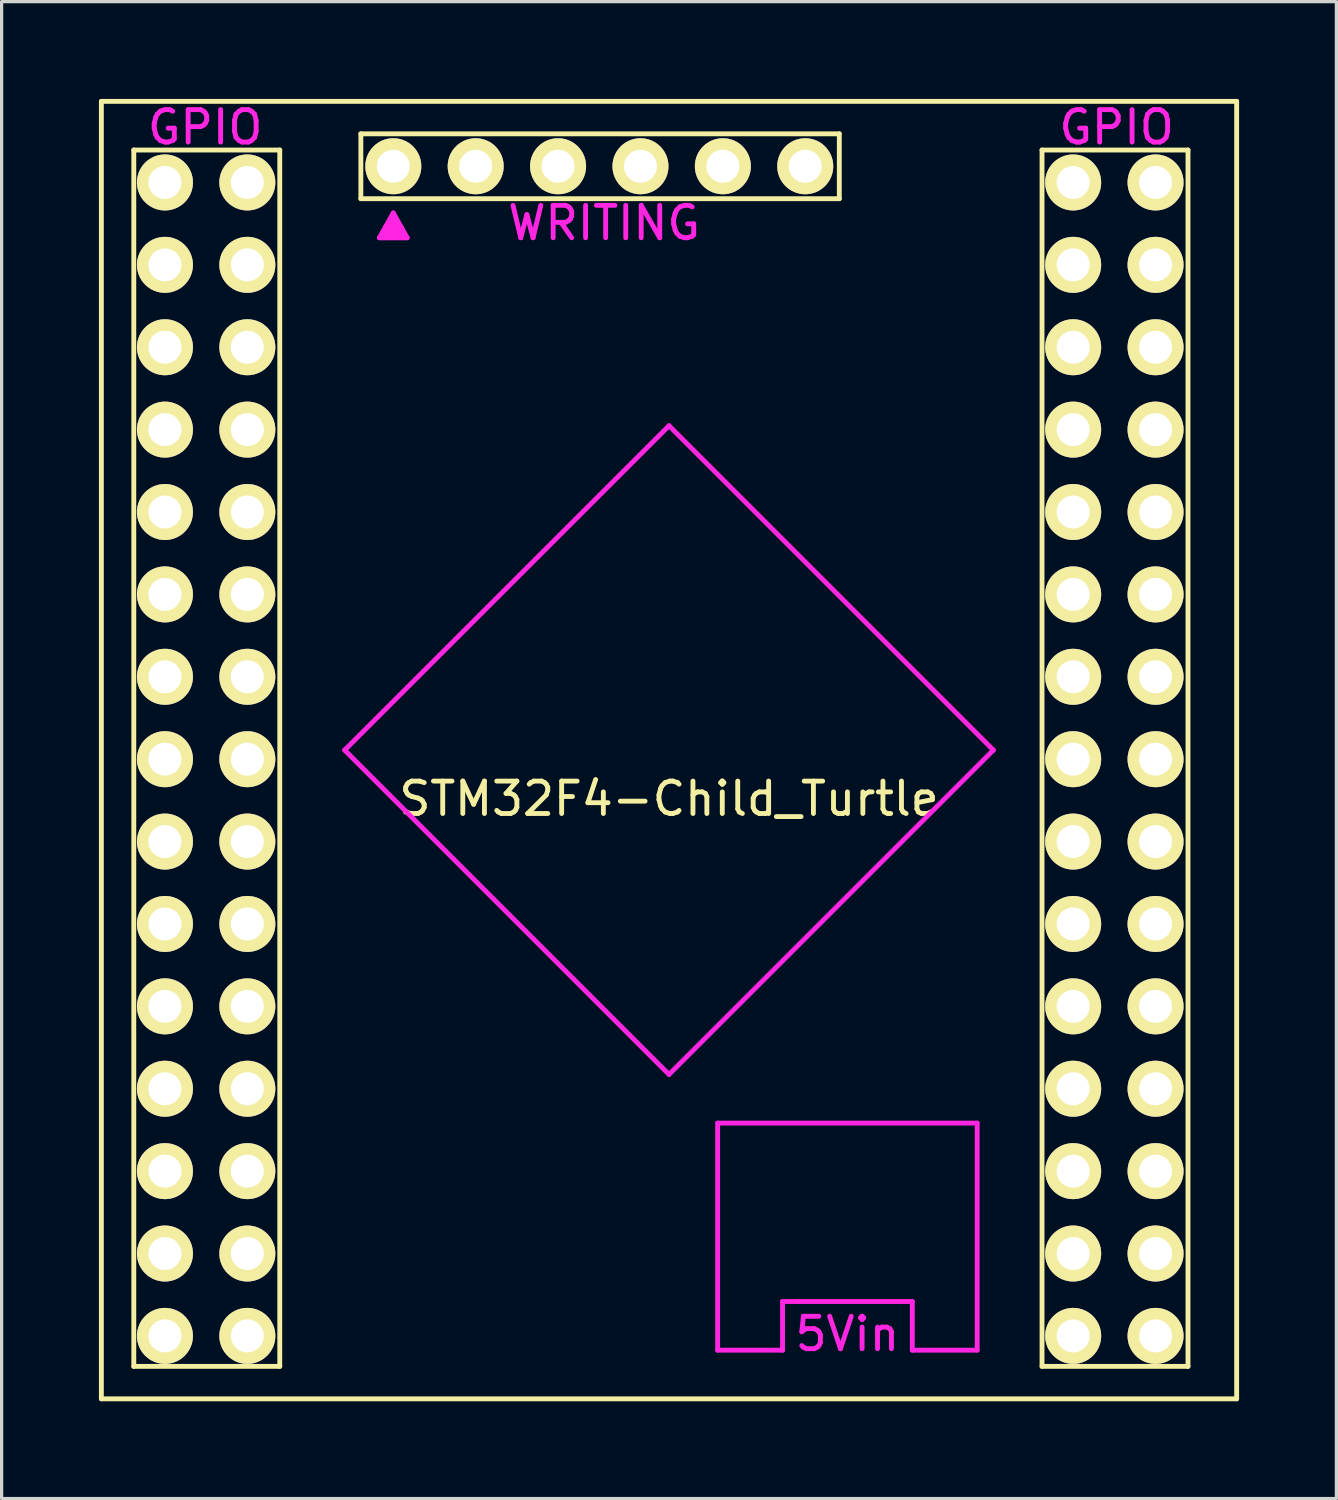
<source format=kicad_pcb>
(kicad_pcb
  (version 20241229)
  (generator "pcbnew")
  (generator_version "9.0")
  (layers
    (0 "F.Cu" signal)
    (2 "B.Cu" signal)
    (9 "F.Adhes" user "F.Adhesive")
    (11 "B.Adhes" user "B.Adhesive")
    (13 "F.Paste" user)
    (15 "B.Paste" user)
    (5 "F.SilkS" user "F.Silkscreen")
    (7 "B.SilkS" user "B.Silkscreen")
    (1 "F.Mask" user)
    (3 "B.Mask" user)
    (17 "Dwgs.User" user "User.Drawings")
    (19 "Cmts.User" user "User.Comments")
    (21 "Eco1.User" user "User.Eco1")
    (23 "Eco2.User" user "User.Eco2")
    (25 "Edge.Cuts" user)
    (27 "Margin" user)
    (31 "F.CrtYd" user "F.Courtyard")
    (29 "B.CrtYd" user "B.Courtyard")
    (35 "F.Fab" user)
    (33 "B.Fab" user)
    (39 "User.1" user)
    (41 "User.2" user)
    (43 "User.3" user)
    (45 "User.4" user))
  (footprint "STM32F4-Child_Turtle"
    (layer "F.Cu")
    (at 17.575 20.075)
    (property "Reference" "STM32F4-Child_Turtle" (at 0 1.5 0) (layer "F.SilkS") (effects (font (size 1 1) (thickness 0.15))))
    (attr through_hole)
    (fp_line (start -17.5 -20) (end 17.5 -20) (stroke (width 0.15) (type solid)) (layer "F.SilkS"))
    (fp_line (start -17.5 20) (end -17.5 -20) (stroke (width 0.15) (type solid)) (layer "F.SilkS"))
    (fp_line (start -16.5 -18.5) (end -16.5 19) (stroke (width 0.15) (type solid)) (layer "F.SilkS"))
    (fp_line (start -16.5 19) (end -12 19) (stroke (width 0.15) (type solid)) (layer "F.SilkS"))
    (fp_line (start -12 -18.5) (end -16.5 -18.5) (stroke (width 0.15) (type solid)) (layer "F.SilkS"))
    (fp_line (start -12 19) (end -12 -18.5) (stroke (width 0.15) (type solid)) (layer "F.SilkS"))
    (fp_line (start -9.5 -19) (end 5.25 -19) (stroke (width 0.15) (type solid)) (layer "F.SilkS"))
    (fp_line (start -9.5 -17) (end -9.5 -19) (stroke (width 0.15) (type solid)) (layer "F.SilkS"))
    (fp_line (start 5.25 -19) (end 5.25 -17) (stroke (width 0.15) (type solid)) (layer "F.SilkS"))
    (fp_line (start 5.25 -17) (end -9.5 -17) (stroke (width 0.15) (type solid)) (layer "F.SilkS"))
    (fp_line (start 11.5 -18.5) (end 16 -18.5) (stroke (width 0.15) (type solid)) (layer "F.SilkS"))
    (fp_line (start 11.5 19) (end 11.5 -18.5) (stroke (width 0.15) (type solid)) (layer "F.SilkS"))
    (fp_line (start 16 -18.5) (end 16 19) (stroke (width 0.15) (type solid)) (layer "F.SilkS"))
    (fp_line (start 16 19) (end 11.5 19) (stroke (width 0.15) (type solid)) (layer "F.SilkS"))
    (fp_line (start 17.5 -20) (end 17.5 20) (stroke (width 0.15) (type solid)) (layer "F.SilkS"))
    (fp_line (start 17.5 20) (end -17.5 20) (stroke (width 0.15) (type solid)) (layer "F.SilkS"))
    (fp_line (start -10 0) (end 0 10) (stroke (width 0.15) (type solid)) (layer "F.CrtYd"))
    (fp_line (start 0 -10) (end -10 0) (stroke (width 0.15) (type solid)) (layer "F.CrtYd"))
    (fp_line (start 0 10) (end 10 0) (stroke (width 0.15) (type solid)) (layer "F.CrtYd"))
    (fp_line (start 1.5 11.5) (end 1.5 18.5) (stroke (width 0.15) (type solid)) (layer "F.CrtYd"))
    (fp_line (start 1.5 18.5) (end 3.5 18.5) (stroke (width 0.15) (type solid)) (layer "F.CrtYd"))
    (fp_line (start 3.5 17) (end 3.5 18.5) (stroke (width 0.15) (type solid)) (layer "F.CrtYd"))
    (fp_line (start 4 17) (end 3.5 17) (stroke (width 0.15) (type solid)) (layer "F.CrtYd"))
    (fp_line (start 7 17) (end 4 17) (stroke (width 0.15) (type solid)) (layer "F.CrtYd"))
    (fp_line (start 7.5 17) (end 7 17) (stroke (width 0.15) (type solid)) (layer "F.CrtYd"))
    (fp_line (start 7.5 18.5) (end 7.5 17) (stroke (width 0.15) (type solid)) (layer "F.CrtYd"))
    (fp_line (start 9.5 11.5) (end 1.5 11.5) (stroke (width 0.15) (type solid)) (layer "F.CrtYd"))
    (fp_line (start 9.5 18.5) (end 7.5 18.5) (stroke (width 0.15) (type solid)) (layer "F.CrtYd"))
    (fp_line (start 9.5 18.5) (end 9.5 11.5) (stroke (width 0.15) (type solid)) (layer "F.CrtYd"))
    (fp_line (start 10 0) (end 0 -10) (stroke (width 0.15) (type solid)) (layer "F.CrtYd"))
    (fp_text user "WRITING" (at -2 -16.25 0) (layer "F.CrtYd") (effects (font (size 1 1) (thickness 0.15))))
    (fp_text user "GPIO" (at -14.3 -19.2 0) (layer "F.CrtYd") (effects (font (size 1 1) (thickness 0.15))))
    (fp_text user "GPIO" (at 13.8 -19.2 0) (layer "F.CrtYd") (effects (font (size 1 1) (thickness 0.15))))
    (fp_text user "5Vin" (at 5.5 18 0) (layer "F.CrtYd") (effects (font (size 1 1) (thickness 0.15))))
    (fp_text user "▲" (at -8.5 -16.25 0) (layer "F.CrtYd") (effects (font (size 1 1) (thickness 0.15))))
    (pad "1" thru_hole circle (at -8.5 -18) (size 1.727 1.727) (drill 1.016) (layers "*.Cu" "*.Mask" "F.SilkS"))
    (pad "2" thru_hole circle (at -5.96 -18) (size 1.727 1.727) (drill 1.016) (layers "*.Cu" "*.Mask" "F.SilkS"))
    (pad "3" thru_hole circle (at -3.42 -18) (size 1.727 1.727) (drill 1.016) (layers "*.Cu" "*.Mask" "F.SilkS"))
    (pad "4" thru_hole circle (at -0.88 -18) (size 1.727 1.727) (drill 1.016) (layers "*.Cu" "*.Mask" "F.SilkS"))
    (pad "5" thru_hole circle (at 1.66 -18) (size 1.727 1.727) (drill 1.016) (layers "*.Cu" "*.Mask" "F.SilkS"))
    (pad "6" thru_hole circle (at 4.2 -18) (size 1.727 1.727) (drill 1.016) (layers "*.Cu" "*.Mask" "F.SilkS"))
    (pad "7" thru_hole circle (at -13 -17.5) (size 1.727 1.727) (drill 1.016) (layers "*.Cu" "*.Mask" "F.SilkS"))
    (pad "8" thru_hole circle (at -15.54 -17.5) (size 1.727 1.727) (drill 1.016) (layers "*.Cu" "*.Mask" "F.SilkS"))
    (pad "9" thru_hole circle (at -13 -14.96) (size 1.727 1.727) (drill 1.016) (layers "*.Cu" "*.Mask" "F.SilkS"))
    (pad "10" thru_hole circle (at -15.54 -14.96) (size 1.727 1.727) (drill 1.016) (layers "*.Cu" "*.Mask" "F.SilkS"))
    (pad "11" thru_hole circle (at -13 -12.42) (size 1.727 1.727) (drill 1.016) (layers "*.Cu" "*.Mask" "F.SilkS"))
    (pad "12" thru_hole circle (at -15.54 -12.42) (size 1.727 1.727) (drill 1.016) (layers "*.Cu" "*.Mask" "F.SilkS"))
    (pad "13" thru_hole circle (at -13 -9.88) (size 1.727 1.727) (drill 1.016) (layers "*.Cu" "*.Mask" "F.SilkS"))
    (pad "14" thru_hole circle (at -15.54 -9.88) (size 1.727 1.727) (drill 1.016) (layers "*.Cu" "*.Mask" "F.SilkS"))
    (pad "15" thru_hole circle (at -13 -7.34) (size 1.727 1.727) (drill 1.016) (layers "*.Cu" "*.Mask" "F.SilkS"))
    (pad "16" thru_hole circle (at -15.54 -7.34) (size 1.727 1.727) (drill 1.016) (layers "*.Cu" "*.Mask" "F.SilkS"))
    (pad "17" thru_hole circle (at -13 -4.8) (size 1.727 1.727) (drill 1.016) (layers "*.Cu" "*.Mask" "F.SilkS"))
    (pad "18" thru_hole circle (at -15.54 -4.8) (size 1.727 1.727) (drill 1.016) (layers "*.Cu" "*.Mask" "F.SilkS"))
    (pad "19" thru_hole circle (at -13 -2.26) (size 1.727 1.727) (drill 1.016) (layers "*.Cu" "*.Mask" "F.SilkS"))
    (pad "20" thru_hole circle (at -15.54 -2.26) (size 1.727 1.727) (drill 1.016) (layers "*.Cu" "*.Mask" "F.SilkS"))
    (pad "21" thru_hole circle (at -13 0.28) (size 1.727 1.727) (drill 1.016) (layers "*.Cu" "*.Mask" "F.SilkS"))
    (pad "22" thru_hole circle (at -15.54 0.28) (size 1.727 1.727) (drill 1.016) (layers "*.Cu" "*.Mask" "F.SilkS"))
    (pad "23" thru_hole circle (at -13 2.82) (size 1.727 1.727) (drill 1.016) (layers "*.Cu" "*.Mask" "F.SilkS"))
    (pad "24" thru_hole circle (at -15.54 2.82) (size 1.727 1.727) (drill 1.016) (layers "*.Cu" "*.Mask" "F.SilkS"))
    (pad "25" thru_hole circle (at -13 5.36) (size 1.727 1.727) (drill 1.016) (layers "*.Cu" "*.Mask" "F.SilkS"))
    (pad "26" thru_hole circle (at -15.54 5.36) (size 1.727 1.727) (drill 1.016) (layers "*.Cu" "*.Mask" "F.SilkS"))
    (pad "27" thru_hole circle (at -13 7.9) (size 1.727 1.727) (drill 1.016) (layers "*.Cu" "*.Mask" "F.SilkS"))
    (pad "28" thru_hole circle (at -15.54 7.9) (size 1.727 1.727) (drill 1.016) (layers "*.Cu" "*.Mask" "F.SilkS"))
    (pad "29" thru_hole circle (at -13 10.44) (size 1.727 1.727) (drill 1.016) (layers "*.Cu" "*.Mask" "F.SilkS"))
    (pad "30" thru_hole circle (at -15.54 10.44) (size 1.727 1.727) (drill 1.016) (layers "*.Cu" "*.Mask" "F.SilkS"))
    (pad "31" thru_hole circle (at -13 12.98) (size 1.727 1.727) (drill 1.016) (layers "*.Cu" "*.Mask" "F.SilkS"))
    (pad "32" thru_hole circle (at -15.54 12.98) (size 1.727 1.727) (drill 1.016) (layers "*.Cu" "*.Mask" "F.SilkS"))
    (pad "33" thru_hole circle (at -13 15.52) (size 1.727 1.727) (drill 1.016) (layers "*.Cu" "*.Mask" "F.SilkS"))
    (pad "34" thru_hole circle (at -15.54 15.52) (size 1.727 1.727) (drill 1.016) (layers "*.Cu" "*.Mask" "F.SilkS"))
    (pad "35" thru_hole circle (at -13 18.06) (size 1.727 1.727) (drill 1.016) (layers "*.Cu" "*.Mask" "F.SilkS"))
    (pad "36" thru_hole circle (at -15.54 18.06) (size 1.727 1.727) (drill 1.016) (layers "*.Cu" "*.Mask" "F.SilkS"))
    (pad "37" thru_hole circle (at 15 -17.5) (size 1.727 1.727) (drill 1.016) (layers "*.Cu" "*.Mask" "F.SilkS"))
    (pad "38" thru_hole circle (at 12.46 -17.5) (size 1.727 1.727) (drill 1.016) (layers "*.Cu" "*.Mask" "F.SilkS"))
    (pad "39" thru_hole circle (at 15 -14.96) (size 1.727 1.727) (drill 1.016) (layers "*.Cu" "*.Mask" "F.SilkS"))
    (pad "40" thru_hole circle (at 12.46 -14.96) (size 1.727 1.727) (drill 1.016) (layers "*.Cu" "*.Mask" "F.SilkS"))
    (pad "41" thru_hole circle (at 15 -12.42) (size 1.727 1.727) (drill 1.016) (layers "*.Cu" "*.Mask" "F.SilkS"))
    (pad "42" thru_hole circle (at 12.46 -12.42) (size 1.727 1.727) (drill 1.016) (layers "*.Cu" "*.Mask" "F.SilkS"))
    (pad "43" thru_hole circle (at 15 -9.88) (size 1.727 1.727) (drill 1.016) (layers "*.Cu" "*.Mask" "F.SilkS"))
    (pad "44" thru_hole circle (at 12.46 -9.88) (size 1.727 1.727) (drill 1.016) (layers "*.Cu" "*.Mask" "F.SilkS"))
    (pad "45" thru_hole circle (at 15 -7.34) (size 1.727 1.727) (drill 1.016) (layers "*.Cu" "*.Mask" "F.SilkS"))
    (pad "46" thru_hole circle (at 12.46 -7.34) (size 1.727 1.727) (drill 1.016) (layers "*.Cu" "*.Mask" "F.SilkS"))
    (pad "47" thru_hole circle (at 15 -4.8) (size 1.727 1.727) (drill 1.016) (layers "*.Cu" "*.Mask" "F.SilkS"))
    (pad "48" thru_hole circle (at 12.46 -4.8) (size 1.727 1.727) (drill 1.016) (layers "*.Cu" "*.Mask" "F.SilkS"))
    (pad "49" thru_hole circle (at 15 -2.26) (size 1.727 1.727) (drill 1.016) (layers "*.Cu" "*.Mask" "F.SilkS"))
    (pad "50" thru_hole circle (at 12.46 -2.26) (size 1.727 1.727) (drill 1.016) (layers "*.Cu" "*.Mask" "F.SilkS"))
    (pad "51" thru_hole circle (at 15 0.28) (size 1.727 1.727) (drill 1.016) (layers "*.Cu" "*.Mask" "F.SilkS"))
    (pad "52" thru_hole circle (at 12.46 0.28) (size 1.727 1.727) (drill 1.016) (layers "*.Cu" "*.Mask" "F.SilkS"))
    (pad "53" thru_hole circle (at 15 2.82) (size 1.727 1.727) (drill 1.016) (layers "*.Cu" "*.Mask" "F.SilkS"))
    (pad "54" thru_hole circle (at 12.46 2.82) (size 1.727 1.727) (drill 1.016) (layers "*.Cu" "*.Mask" "F.SilkS"))
    (pad "55" thru_hole circle (at 15 5.36) (size 1.727 1.727) (drill 1.016) (layers "*.Cu" "*.Mask" "F.SilkS"))
    (pad "56" thru_hole circle (at 12.46 5.36) (size 1.727 1.727) (drill 1.016) (layers "*.Cu" "*.Mask" "F.SilkS"))
    (pad "57" thru_hole circle (at 15 7.9) (size 1.727 1.727) (drill 1.016) (layers "*.Cu" "*.Mask" "F.SilkS"))
    (pad "58" thru_hole circle (at 12.46 7.9) (size 1.727 1.727) (drill 1.016) (layers "*.Cu" "*.Mask" "F.SilkS"))
    (pad "59" thru_hole circle (at 15 10.44) (size 1.727 1.727) (drill 1.016) (layers "*.Cu" "*.Mask" "F.SilkS"))
    (pad "60" thru_hole circle (at 12.46 10.44) (size 1.727 1.727) (drill 1.016) (layers "*.Cu" "*.Mask" "F.SilkS"))
    (pad "61" thru_hole circle (at 15 12.98) (size 1.727 1.727) (drill 1.016) (layers "*.Cu" "*.Mask" "F.SilkS"))
    (pad "62" thru_hole circle (at 12.46 12.98) (size 1.727 1.727) (drill 1.016) (layers "*.Cu" "*.Mask" "F.SilkS"))
    (pad "63" thru_hole circle (at 15 15.52) (size 1.727 1.727) (drill 1.016) (layers "*.Cu" "*.Mask" "F.SilkS"))
    (pad "64" thru_hole circle (at 12.46 15.52) (size 1.727 1.727) (drill 1.016) (layers "*.Cu" "*.Mask" "F.SilkS"))
    (pad "65" thru_hole circle (at 15 18.06) (size 1.727 1.727) (drill 1.016) (layers "*.Cu" "*.Mask" "F.SilkS"))
    (pad "66" thru_hole circle (at 12.46 18.06) (size 1.727 1.727) (drill 1.016) (layers "*.Cu" "*.Mask" "F.SilkS")))
  (gr_rect
    (start -3 -3)
    (end 38.15 43.15)
    (stroke (width 0.1) (type default))
    (fill no)
    (layer "Edge.Cuts")))
</source>
